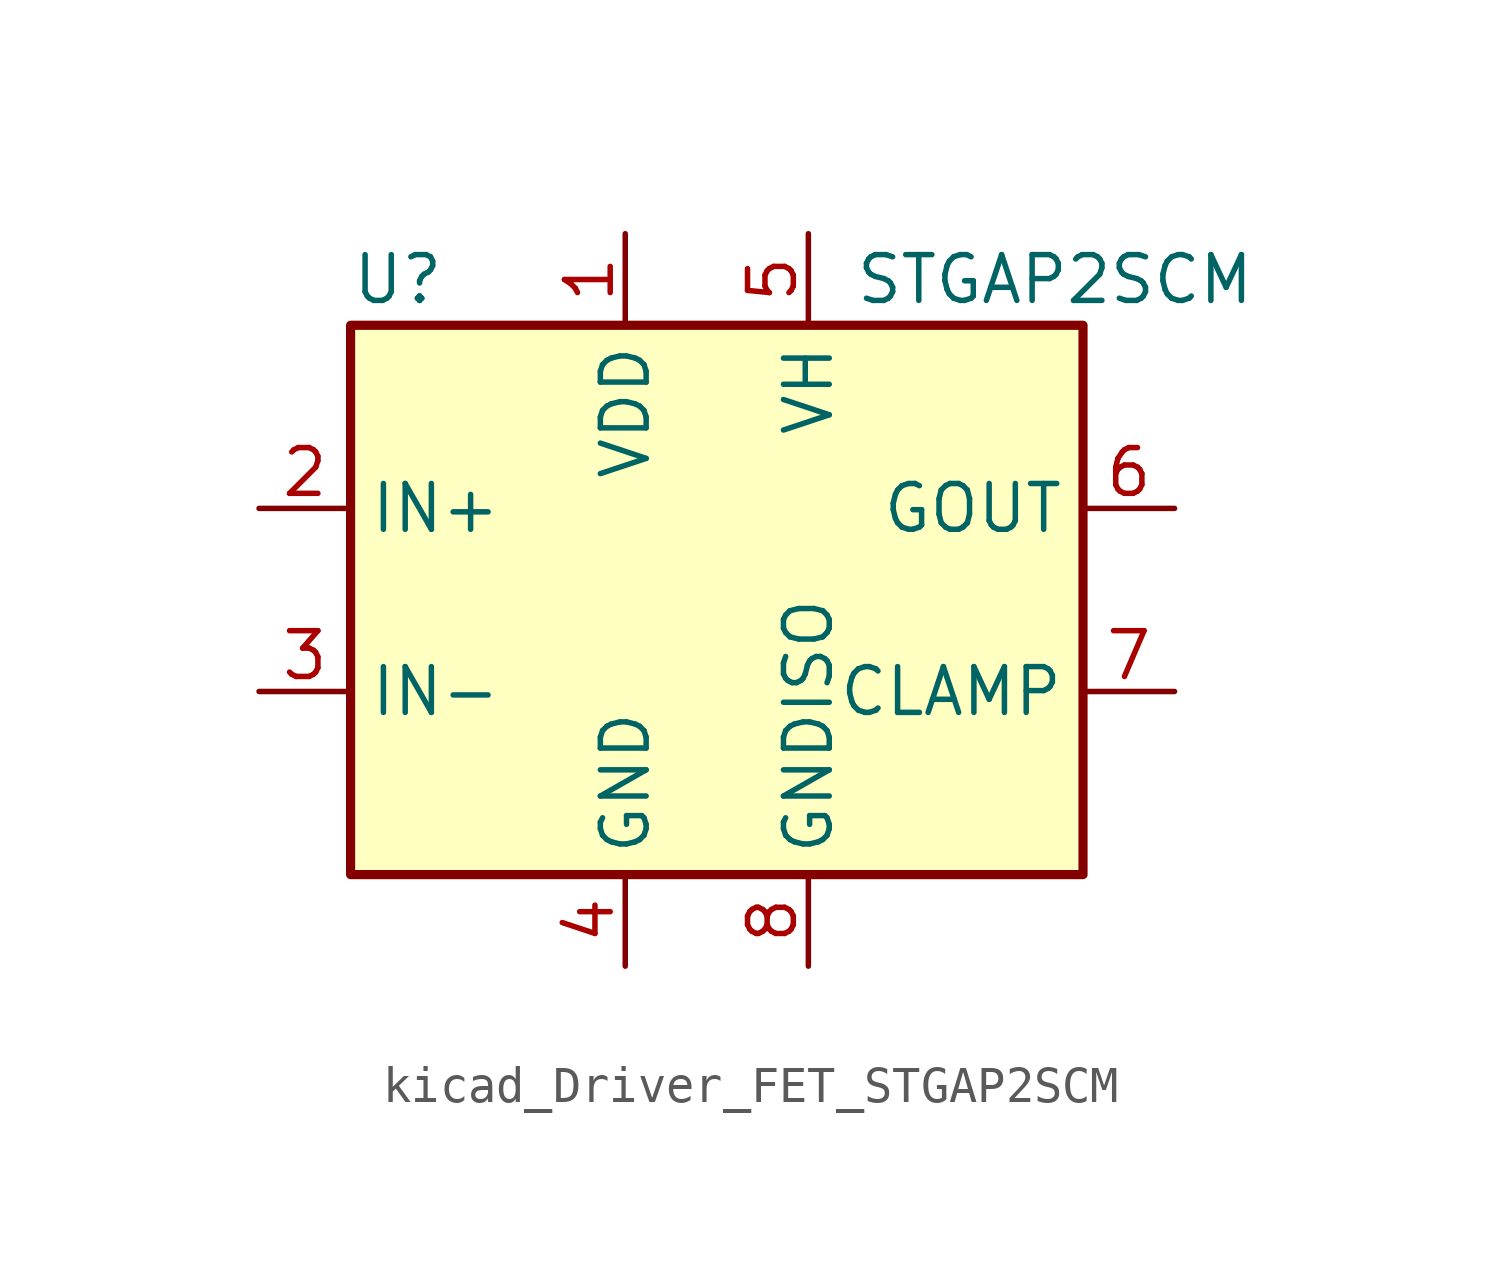
<source format=kicad_sym>
(kicad_symbol_lib
  (version 20220914)
  (generator kicad_symbol_editor)
  (symbol "kicad_Driver_FET_STGAP2SCM"
    (property "Reference" "U"
      (at -10.16 8.89 0)
      (effects (font (size 1.27 1.27)) (justify left)))
    (property "Value" "STGAP2SCM"
      (at 3.81 8.89 0)
      (effects (font (size 1.27 1.27)) (justify left)))
    (symbol "kicad_Driver_FET_STGAP2SCM_0_1"
      (rectangle (start -10.16 -7.62) (end 10.16 7.62) (stroke (width 0.254) (type default)) (fill (type background))))
    (symbol "kicad_Driver_FET_STGAP2SCM_1_1"
      (pin power_in line (at -2.54 10.16 270) (length 2.54) (name "VDD" (effects (font (size 1.27 1.27)))) (number "1" (effects (font (size 1.27 1.27)))))
      (pin input line (at -12.7 2.54 0) (length 2.54) (name "IN+" (effects (font (size 1.27 1.27)))) (number "2" (effects (font (size 1.27 1.27)))))
      (pin input line (at -12.7 -2.54 0) (length 2.54) (name "IN-" (effects (font (size 1.27 1.27)))) (number "3" (effects (font (size 1.27 1.27)))))
      (pin power_in line (at -2.54 -10.16 90) (length 2.54) (name "GND" (effects (font (size 1.27 1.27)))) (number "4" (effects (font (size 1.27 1.27)))))
      (pin power_in line (at 2.54 10.16 270) (length 2.54) (name "VH" (effects (font (size 1.27 1.27)))) (number "5" (effects (font (size 1.27 1.27)))))
      (pin output line (at 12.7 2.54 180) (length 2.54) (name "GOUT" (effects (font (size 1.27 1.27)))) (number "6" (effects (font (size 1.27 1.27)))))
      (pin output line (at 12.7 -2.54 180) (length 2.54) (name "CLAMP" (effects (font (size 1.27 1.27)))) (number "7" (effects (font (size 1.27 1.27)))))
      (pin power_in line (at 2.54 -10.16 90) (length 2.54) (name "GNDISO" (effects (font (size 1.27 1.27)))) (number "8" (effects (font (size 1.27 1.27))))))))
</source>
